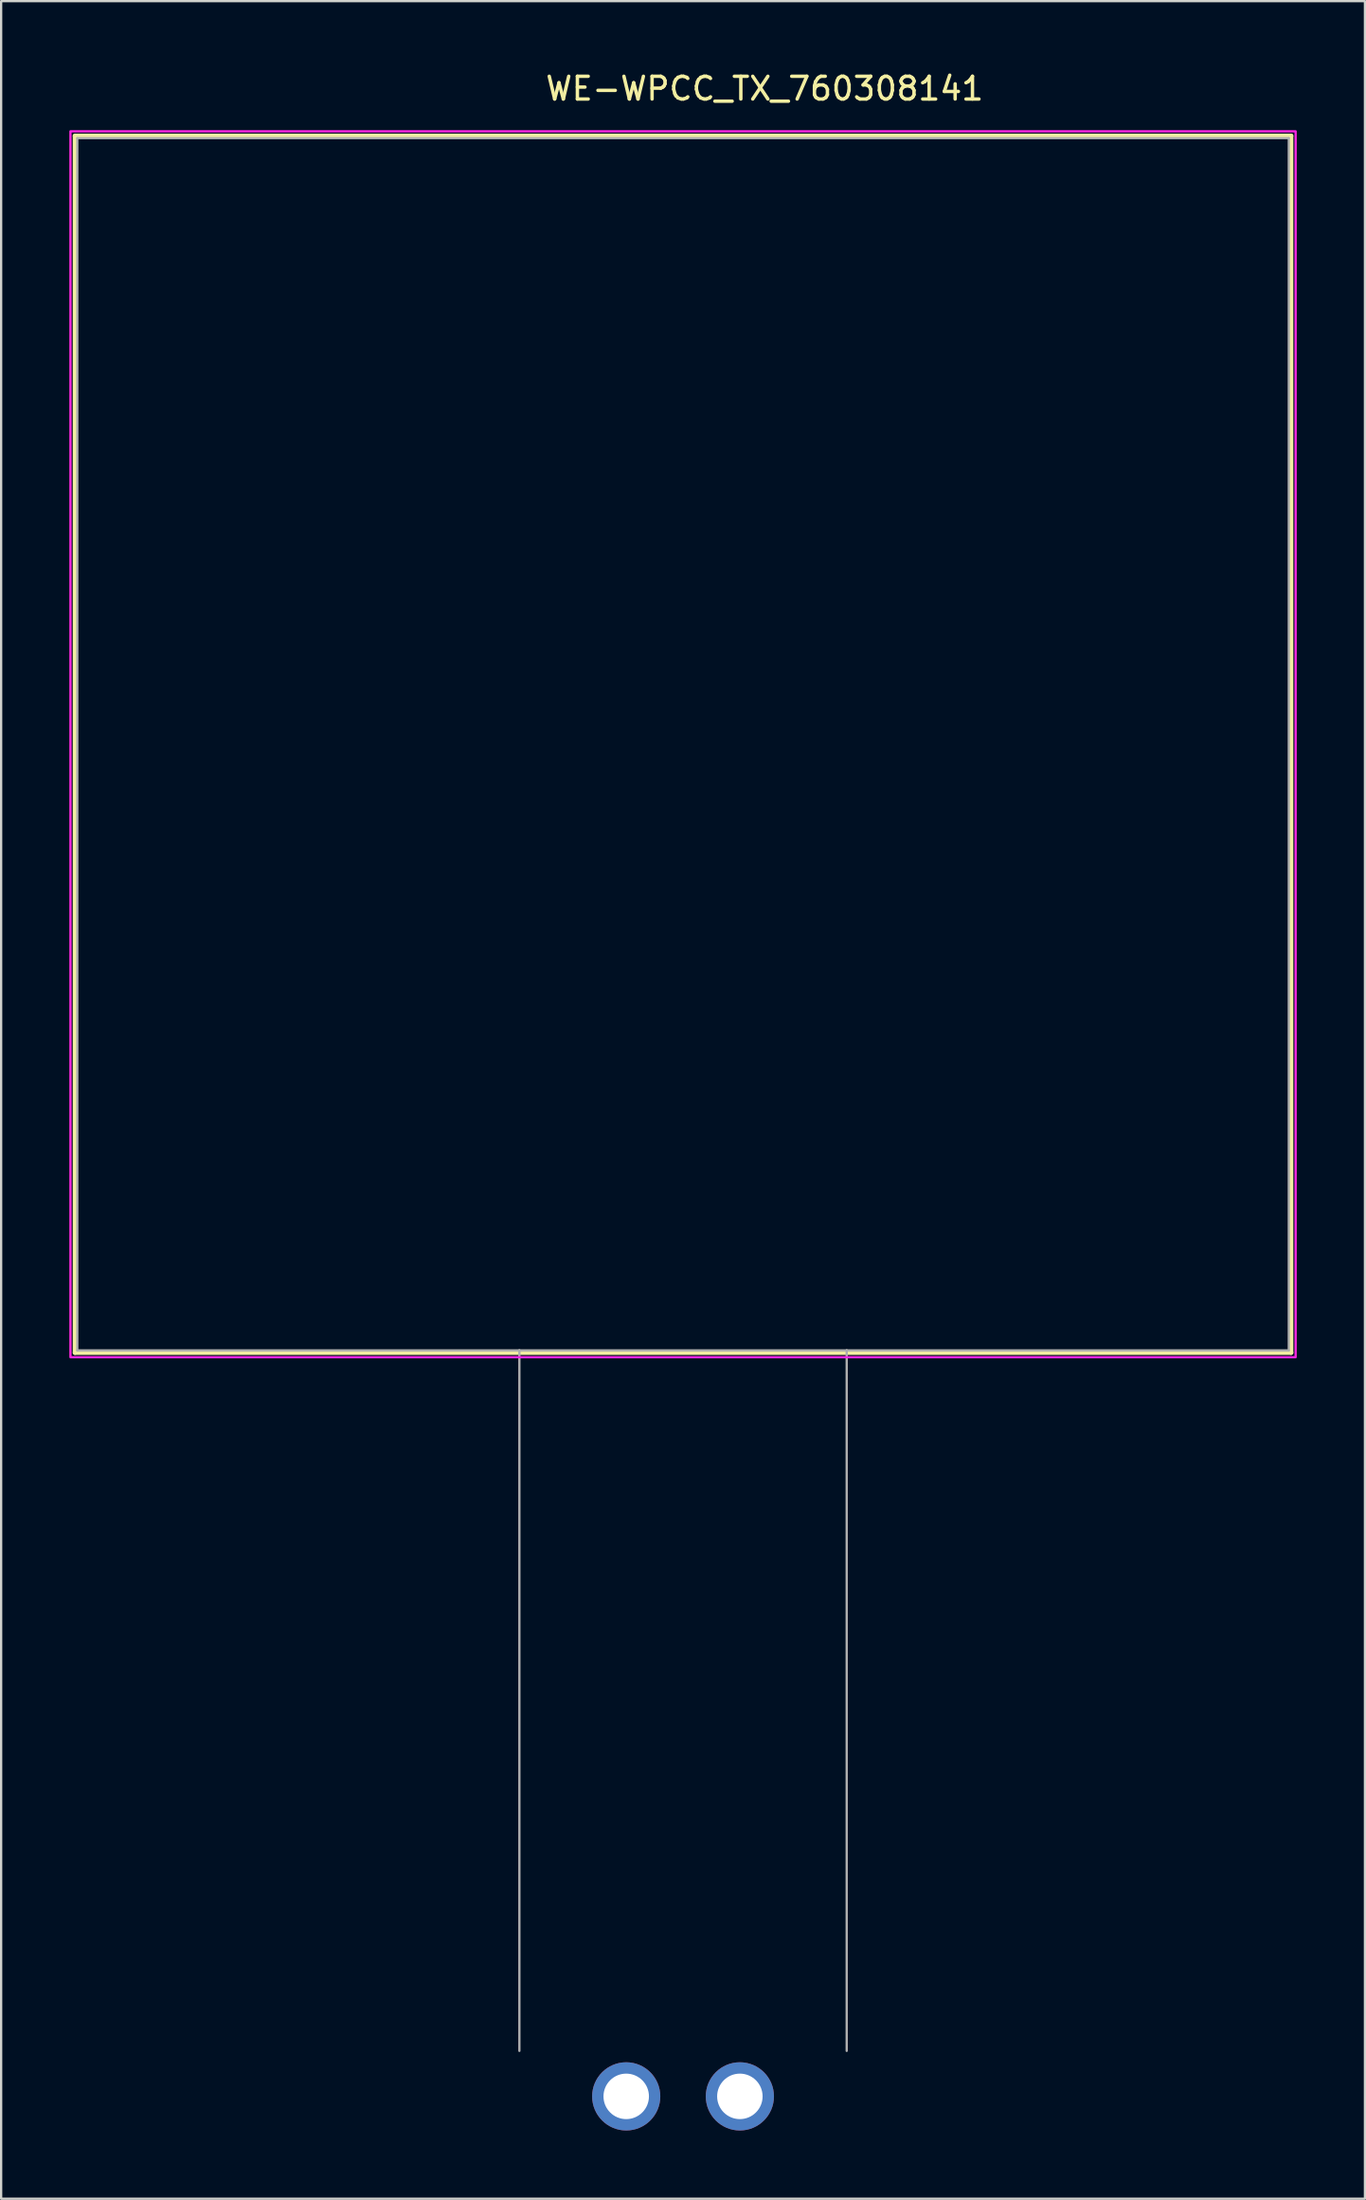
<source format=kicad_pcb>
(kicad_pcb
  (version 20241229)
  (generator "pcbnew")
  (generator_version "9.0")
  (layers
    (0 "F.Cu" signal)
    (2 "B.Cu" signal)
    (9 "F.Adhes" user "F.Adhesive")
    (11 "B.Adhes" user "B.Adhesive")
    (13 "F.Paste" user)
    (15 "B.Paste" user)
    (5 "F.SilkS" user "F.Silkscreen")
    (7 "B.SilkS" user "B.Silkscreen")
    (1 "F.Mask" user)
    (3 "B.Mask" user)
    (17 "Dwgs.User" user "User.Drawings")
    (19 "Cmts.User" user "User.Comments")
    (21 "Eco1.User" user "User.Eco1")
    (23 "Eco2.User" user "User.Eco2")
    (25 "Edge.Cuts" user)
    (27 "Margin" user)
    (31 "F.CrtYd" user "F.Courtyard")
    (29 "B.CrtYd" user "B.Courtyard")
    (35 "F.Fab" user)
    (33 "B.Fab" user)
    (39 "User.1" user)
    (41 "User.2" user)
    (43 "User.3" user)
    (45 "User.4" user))
  (footprint "WE-WPCC_TX_760308141"
    (layer "F.Cu")
    (at 27 89.123)
    (property "Reference" "WE-WPCC_TX_760308141" (at 3.59 -88.275 0) (layer "F.SilkS") (effects (font (size 1 1) (thickness 0.15))))
    (attr through_hole)
    (fp_line (start -26.75 -86.2) (end 26.75 -86.2) (stroke (width 0.2) (type solid)) (layer "F.SilkS"))
    (fp_line (start -26.75 -32.7) (end -26.75 -86.2) (stroke (width 0.2) (type solid)) (layer "F.SilkS"))
    (fp_line (start 26.75 -86.2) (end 26.75 -32.7) (stroke (width 0.2) (type solid)) (layer "F.SilkS"))
    (fp_line (start 26.75 -32.7) (end -26.75 -32.7) (stroke (width 0.2) (type solid)) (layer "F.SilkS"))
    (fp_poly (pts (xy -26.95 -86.4) (xy 26.95 -86.4) (xy 26.95 -32.5) (xy -26.95 -32.5)) (stroke (width 0.1) (type solid)) (fill no) (layer "F.CrtYd"))
    (fp_line (start -26.65 -86.1) (end 26.65 -86.1) (stroke (width 0.1) (type solid)) (layer "F.Fab"))
    (fp_line (start -26.65 -32.8) (end -26.65 -86.1) (stroke (width 0.1) (type solid)) (layer "F.Fab"))
    (fp_line (start -7.2 -32.8) (end -26.65 -32.8) (stroke (width 0.1) (type solid)) (layer "F.Fab"))
    (fp_line (start -7.2 -32.8) (end -7.2 -2) (stroke (width 0.1) (type solid)) (layer "F.Fab"))
    (fp_line (start 7.2 -32.8) (end -7.2 -32.8) (stroke (width 0.1) (type solid)) (layer "F.Fab"))
    (fp_line (start 7.2 -32.8) (end 7.2 -2) (stroke (width 0.1) (type solid)) (layer "F.Fab"))
    (fp_line (start 26.65 -86.1) (end 26.65 -32.8) (stroke (width 0.1) (type solid)) (layer "F.Fab"))
    (fp_line (start 26.65 -32.8) (end 7.2 -32.8) (stroke (width 0.1) (type solid)) (layer "F.Fab"))
    (pad "1" thru_hole circle (at -2.5 0) (size 3 3) (drill 2) (layers "*.Cu" "*.Mask"))
    (pad "2" thru_hole circle (at 2.5 0) (size 3 3) (drill 2) (layers "*.Cu" "*.Mask")))
  (gr_rect
    (start -3 -3)
    (end 57 93.623)
    (stroke (width 0.1) (type default))
    (fill no)
    (layer "Edge.Cuts")))
</source>
